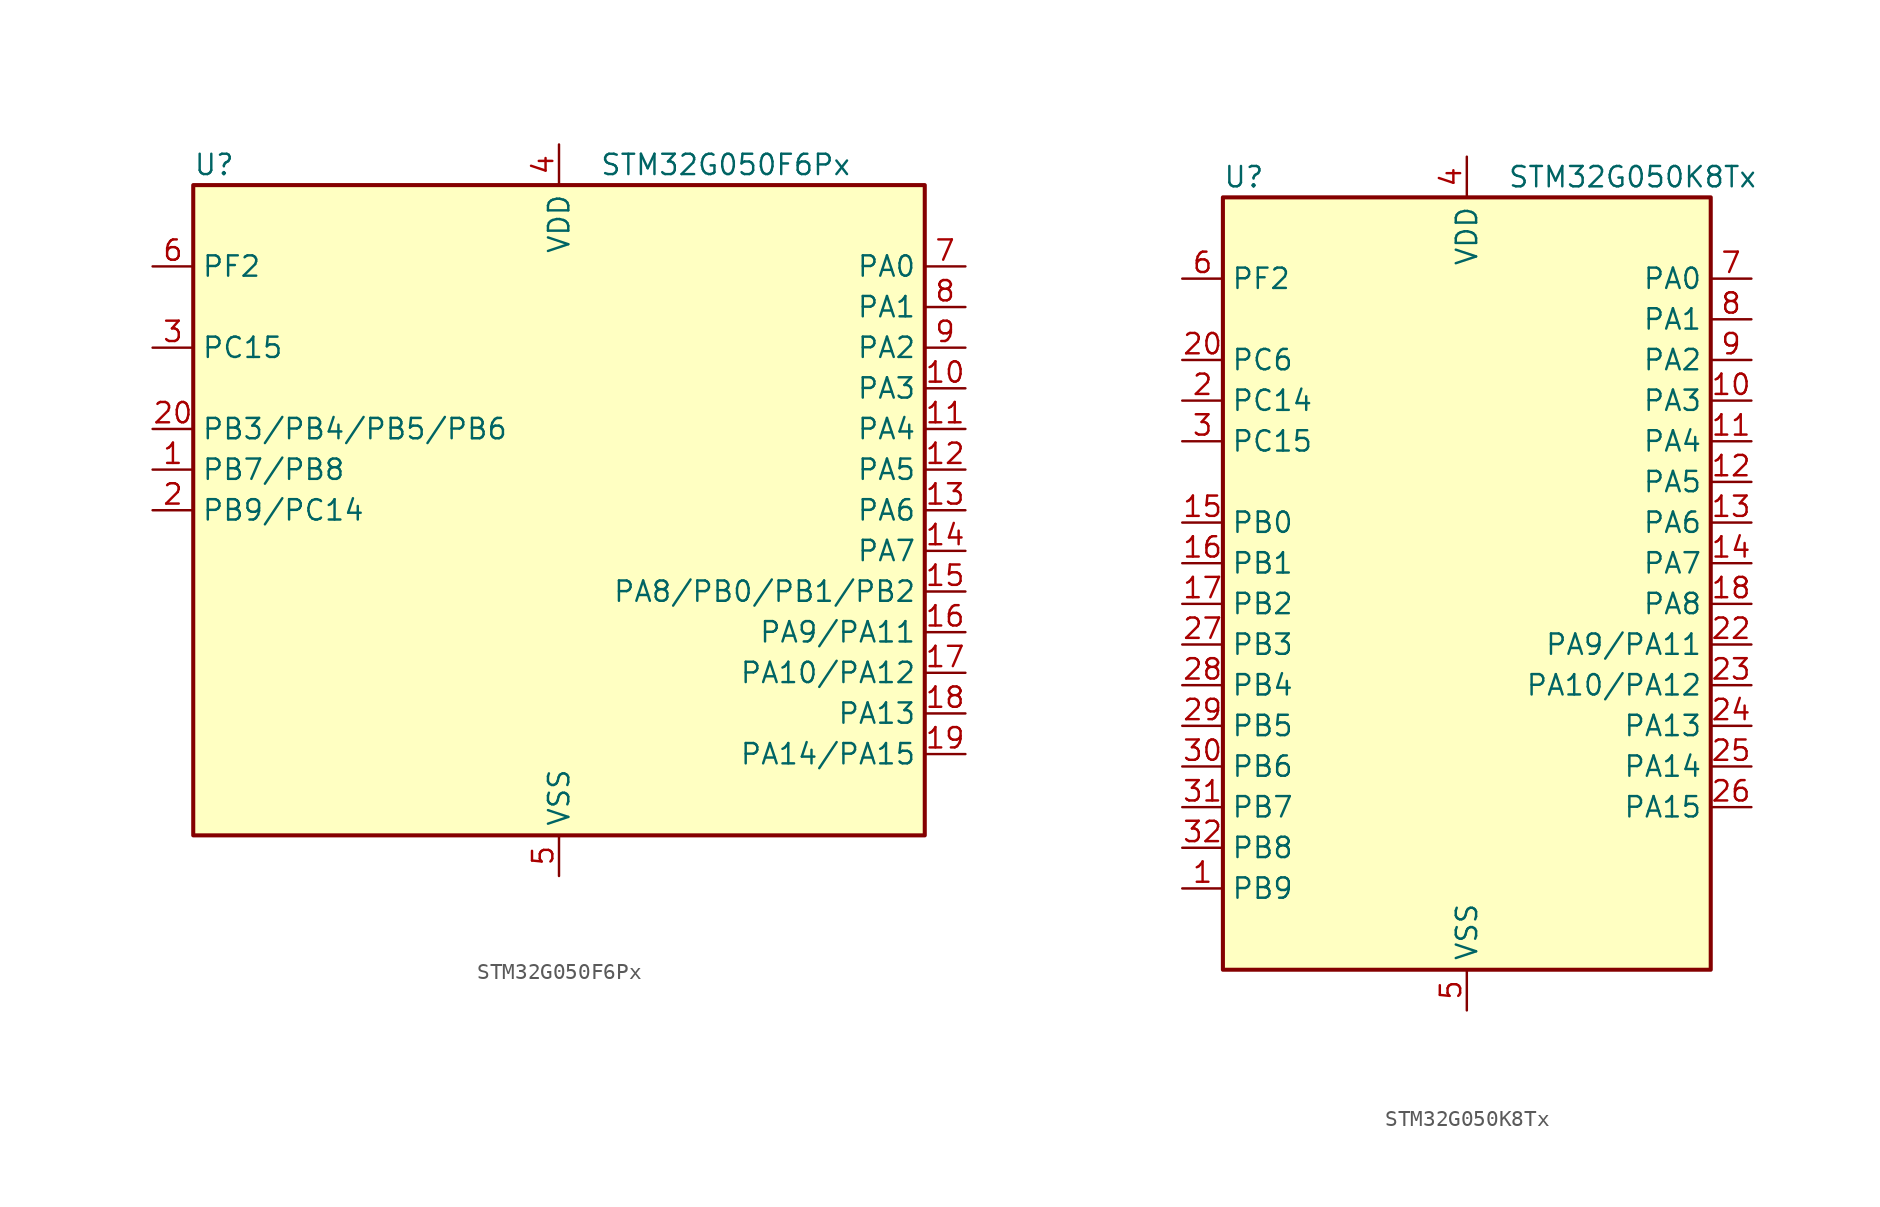
<source format=kicad_sym>
(kicad_symbol_lib
  (version 20231120)
  (generator "kicad-library-utils")
  (generator_version "8.0")
  (symbol "STM32G050F6Px"
    (property "Reference" "U"
      (at -22.86 21.59 0)
      (effects (font (size 1.27 1.27)) (justify left)))
    (property "Value" "STM32G050F6Px"
      (at 2.54 21.59 0)
      (effects (font (size 1.27 1.27)) (justify left)))
    (symbol "STM32G050F6Px_0_1"
      (rectangle (start -22.86 -20.32) (end 22.86 20.32) (stroke (width 0.254) (type default)) (fill (type background))))
    (symbol "STM32G050F6Px_1_1"
      (pin bidirectional line (at -25.4 2.54 0) (length 2.54) (name "PB7/PB8" (effects (font (size 1.27 1.27)))) (number "1" (effects (font (size 1.27 1.27)))) (alternate "PB7" bidirectional line) (alternate "ADC1_IN11 (PB7)" bidirectional line) (alternate "I2C1_SDA (PB7)" bidirectional line) (alternate "SPI2_MOSI (PB7)" bidirectional line) (alternate "SYS_PVD_IN (PB7)" bidirectional line) (alternate "TIM17_CH1N (PB7)" bidirectional line) (alternate "USART1_RX (PB7)" bidirectional line) (alternate "PB8" bidirectional line) (alternate "I2C1_SCL (PB8)" bidirectional line) (alternate "SPI2_SCK (PB8)" bidirectional line) (alternate "TIM15_BK (PB8)" bidirectional line) (alternate "TIM16_CH1 (PB8)" bidirectional line))
      (pin bidirectional line (at 25.4 7.62 180) (length 2.54) (name "PA3" (effects (font (size 1.27 1.27)))) (number "10" (effects (font (size 1.27 1.27)))) (alternate "ADC1_IN3" bidirectional line) (alternate "SPI2_MISO" bidirectional line) (alternate "TIM15_CH2" bidirectional line) (alternate "USART2_RX" bidirectional line))
      (pin bidirectional line (at 25.4 5.08 180) (length 2.54) (name "PA4" (effects (font (size 1.27 1.27)))) (number "11" (effects (font (size 1.27 1.27)))) (alternate "ADC1_IN4" bidirectional line) (alternate "I2S1_WS" bidirectional line) (alternate "RTC_OUT1" bidirectional line) (alternate "RTC_TAMP_IN1" bidirectional line) (alternate "RTC_TS" bidirectional line) (alternate "SPI1_NSS" bidirectional line) (alternate "SPI2_MOSI" bidirectional line) (alternate "SYS_WKUP2" bidirectional line) (alternate "TIM14_CH1" bidirectional line))
      (pin bidirectional line (at 25.4 2.54 180) (length 2.54) (name "PA5" (effects (font (size 1.27 1.27)))) (number "12" (effects (font (size 1.27 1.27)))) (alternate "ADC1_IN5" bidirectional line) (alternate "I2S1_CK" bidirectional line) (alternate "SPI1_SCK" bidirectional line))
      (pin bidirectional line (at 25.4 0 180) (length 2.54) (name "PA6" (effects (font (size 1.27 1.27)))) (number "13" (effects (font (size 1.27 1.27)))) (alternate "ADC1_IN6" bidirectional line) (alternate "I2S1_MCK" bidirectional line) (alternate "SPI1_MISO" bidirectional line) (alternate "TIM16_CH1" bidirectional line) (alternate "TIM1_BK" bidirectional line) (alternate "TIM3_CH1" bidirectional line))
      (pin bidirectional line (at 25.4 -2.54 180) (length 2.54) (name "PA7" (effects (font (size 1.27 1.27)))) (number "14" (effects (font (size 1.27 1.27)))) (alternate "ADC1_IN7" bidirectional line) (alternate "I2S1_SD" bidirectional line) (alternate "SPI1_MOSI" bidirectional line) (alternate "TIM14_CH1" bidirectional line) (alternate "TIM17_CH1" bidirectional line) (alternate "TIM1_CH1N" bidirectional line) (alternate "TIM3_CH2" bidirectional line))
      (pin bidirectional line (at 25.4 -5.08 180) (length 2.54) (name "PA8/PB0/PB1/PB2" (effects (font (size 1.27 1.27)))) (number "15" (effects (font (size 1.27 1.27)))) (alternate "PA8" bidirectional line) (alternate "RCC_MCO (PA8)" bidirectional line) (alternate "SPI2_NSS (PA8)" bidirectional line) (alternate "TIM1_CH1 (PA8)" bidirectional line) (alternate "PB0" bidirectional line) (alternate "ADC1_IN8 (PB0)" bidirectional line) (alternate "I2S1_WS (PB0)" bidirectional line) (alternate "SPI1_NSS (PB0)" bidirectional line) (alternate "TIM1_CH2N (PB0)" bidirectional line) (alternate "TIM3_CH3 (PB0)" bidirectional line) (alternate "PB1" bidirectional line) (alternate "ADC1_IN9 (PB1)" bidirectional line) (alternate "TIM14_CH1 (PB1)" bidirectional line) (alternate "TIM1_CH3N (PB1)" bidirectional line) (alternate "TIM3_CH4 (PB1)" bidirectional line) (alternate "PB2" bidirectional line) (alternate "ADC1_IN10 (PB2)" bidirectional line) (alternate "SPI2_MISO (PB2)" bidirectional line))
      (pin bidirectional line (at 25.4 -7.62 180) (length 2.54) (name "PA9/PA11" (effects (font (size 1.27 1.27)))) (number "16" (effects (font (size 1.27 1.27)))) (alternate "PA9" bidirectional line) (alternate "I2C1_SCL (PA9)" bidirectional line) (alternate "RCC_MCO (PA9)" bidirectional line) (alternate "SPI2_MISO (PA9)" bidirectional line) (alternate "TIM15_BK (PA9)" bidirectional line) (alternate "TIM1_CH2 (PA9)" bidirectional line) (alternate "USART1_TX (PA9)" bidirectional line) (alternate "PA11" bidirectional line) (alternate "ADC1_EXTI11 (PA11)" bidirectional line) (alternate "ADC1_IN15 (PA11)" bidirectional line) (alternate "I2C2_SCL (PA11)" bidirectional line) (alternate "I2S1_MCK (PA11)" bidirectional line) (alternate "SPI1_MISO (PA11)" bidirectional line) (alternate "TIM1_BK2 (PA11)" bidirectional line) (alternate "TIM1_CH4 (PA11)" bidirectional line) (alternate "USART1_CTS (PA11)" bidirectional line) (alternate "USART1_NSS (PA11)" bidirectional line))
      (pin bidirectional line (at 25.4 -10.16 180) (length 2.54) (name "PA10/PA12" (effects (font (size 1.27 1.27)))) (number "17" (effects (font (size 1.27 1.27)))) (alternate "PA10" bidirectional line) (alternate "I2C1_SDA (PA10)" bidirectional line) (alternate "SPI2_MOSI (PA10)" bidirectional line) (alternate "TIM17_BK (PA10)" bidirectional line) (alternate "TIM1_CH3 (PA10)" bidirectional line) (alternate "USART1_RX (PA10)" bidirectional line) (alternate "PA12" bidirectional line) (alternate "ADC1_IN16 (PA12)" bidirectional line) (alternate "I2C2_SDA (PA12)" bidirectional line) (alternate "I2S1_SD (PA12)" bidirectional line) (alternate "I2S_CKIN (PA12)" bidirectional line) (alternate "SPI1_MOSI (PA12)" bidirectional line) (alternate "TIM1_ETR (PA12)" bidirectional line) (alternate "USART1_CK (PA12)" bidirectional line) (alternate "USART1_DE (PA12)" bidirectional line) (alternate "USART1_RTS (PA12)" bidirectional line))
      (pin bidirectional line (at 25.4 -12.7 180) (length 2.54) (name "PA13" (effects (font (size 1.27 1.27)))) (number "18" (effects (font (size 1.27 1.27)))) (alternate "ADC1_IN17" bidirectional line) (alternate "IR_OUT" bidirectional line) (alternate "SYS_SWDIO" bidirectional line))
      (pin bidirectional line (at 25.4 -15.24 180) (length 2.54) (name "PA14/PA15" (effects (font (size 1.27 1.27)))) (number "19" (effects (font (size 1.27 1.27)))) (alternate "PA14" bidirectional line) (alternate "ADC1_IN18 (PA14)" bidirectional line) (alternate "SYS_SWCLK (PA14)" bidirectional line) (alternate "USART2_TX (PA14)" bidirectional line) (alternate "PA15" bidirectional line) (alternate "I2S1_WS (PA15)" bidirectional line) (alternate "SPI1_NSS (PA15)" bidirectional line) (alternate "USART2_RX (PA15)" bidirectional line))
      (pin bidirectional line (at -25.4 0 0) (length 2.54) (name "PB9/PC14" (effects (font (size 1.27 1.27)))) (number "2" (effects (font (size 1.27 1.27)))) (alternate "PB9" bidirectional line) (alternate "I2C1_SDA (PB9)" bidirectional line) (alternate "IR_OUT (PB9)" bidirectional line) (alternate "SPI2_NSS (PB9)" bidirectional line) (alternate "TIM17_CH1 (PB9)" bidirectional line) (alternate "PC14" bidirectional line) (alternate "RCC_OSC32_IN (PC14)" bidirectional line) (alternate "RCC_OSC_IN (PC14)" bidirectional line) (alternate "TIM1_BK2 (PC14)" bidirectional line))
      (pin bidirectional line (at -25.4 5.08 0) (length 2.54) (name "PB3/PB4/PB5/PB6" (effects (font (size 1.27 1.27)))) (number "20" (effects (font (size 1.27 1.27)))) (alternate "PB3" bidirectional line) (alternate "I2S1_CK (PB3)" bidirectional line) (alternate "SPI1_SCK (PB3)" bidirectional line) (alternate "TIM1_CH2 (PB3)" bidirectional line) (alternate "USART1_CK (PB3)" bidirectional line) (alternate "USART1_DE (PB3)" bidirectional line) (alternate "USART1_RTS (PB3)" bidirectional line) (alternate "PB4" bidirectional line) (alternate "I2S1_MCK (PB4)" bidirectional line) (alternate "SPI1_MISO (PB4)" bidirectional line) (alternate "TIM17_BK (PB4)" bidirectional line) (alternate "TIM3_CH1 (PB4)" bidirectional line) (alternate "USART1_CTS (PB4)" bidirectional line) (alternate "USART1_NSS (PB4)" bidirectional line) (alternate "PB5" bidirectional line) (alternate "I2C1_SMBA (PB5)" bidirectional line) (alternate "I2S1_SD (PB5)" bidirectional line) (alternate "SPI1_MOSI (PB5)" bidirectional line) (alternate "SYS_WKUP6 (PB5)" bidirectional line) (alternate "TIM16_BK (PB5)" bidirectional line) (alternate "TIM3_CH2 (PB5)" bidirectional line) (alternate "PB6" bidirectional line) (alternate "I2C1_SCL (PB6)" bidirectional line) (alternate "SPI2_MISO (PB6)" bidirectional line) (alternate "TIM16_CH1N (PB6)" bidirectional line) (alternate "TIM1_CH3 (PB6)" bidirectional line) (alternate "USART1_TX (PB6)" bidirectional line))
      (pin bidirectional line (at -25.4 10.16 0) (length 2.54) (name "PC15" (effects (font (size 1.27 1.27)))) (number "3" (effects (font (size 1.27 1.27)))) (alternate "RCC_OSC32_EN" bidirectional line) (alternate "RCC_OSC32_OUT" bidirectional line) (alternate "RCC_OSC_EN" bidirectional line) (alternate "TIM15_BK" bidirectional line))
      (pin power_in line (at 0 22.86 270) (length 2.54) (name "VDD" (effects (font (size 1.27 1.27)))) (number "4" (effects (font (size 1.27 1.27)))))
      (pin power_in line (at 0 -22.86 90) (length 2.54) (name "VSS" (effects (font (size 1.27 1.27)))) (number "5" (effects (font (size 1.27 1.27)))))
      (pin bidirectional line (at -25.4 15.24 0) (length 2.54) (name "PF2" (effects (font (size 1.27 1.27)))) (number "6" (effects (font (size 1.27 1.27)))) (alternate "RCC_MCO" bidirectional line))
      (pin bidirectional line (at 25.4 15.24 180) (length 2.54) (name "PA0" (effects (font (size 1.27 1.27)))) (number "7" (effects (font (size 1.27 1.27)))) (alternate "ADC1_IN0" bidirectional line) (alternate "RTC_TAMP_IN2" bidirectional line) (alternate "SPI2_SCK" bidirectional line) (alternate "SYS_WKUP1" bidirectional line) (alternate "USART2_CTS" bidirectional line) (alternate "USART2_NSS" bidirectional line))
      (pin bidirectional line (at 25.4 12.7 180) (length 2.54) (name "PA1" (effects (font (size 1.27 1.27)))) (number "8" (effects (font (size 1.27 1.27)))) (alternate "ADC1_IN1" bidirectional line) (alternate "I2C1_SMBA" bidirectional line) (alternate "I2S1_CK" bidirectional line) (alternate "SPI1_SCK" bidirectional line) (alternate "TIM15_CH1N" bidirectional line) (alternate "USART2_CK" bidirectional line) (alternate "USART2_DE" bidirectional line) (alternate "USART2_RTS" bidirectional line))
      (pin bidirectional line (at 25.4 10.16 180) (length 2.54) (name "PA2" (effects (font (size 1.27 1.27)))) (number "9" (effects (font (size 1.27 1.27)))) (alternate "ADC1_IN2" bidirectional line) (alternate "I2S1_SD" bidirectional line) (alternate "RCC_LSCO" bidirectional line) (alternate "SPI1_MOSI" bidirectional line) (alternate "SYS_WKUP4" bidirectional line) (alternate "TIM15_CH1" bidirectional line) (alternate "USART2_TX" bidirectional line))))
  (symbol "STM32G050K8Tx"
    (property "Reference" "U"
      (at -15.24 26.67 0)
      (effects (font (size 1.27 1.27)) (justify left)))
    (property "Value" "STM32G050K8Tx"
      (at 2.54 26.67 0)
      (effects (font (size 1.27 1.27)) (justify left)))
    (symbol "STM32G050K8Tx_0_1"
      (rectangle (start -15.24 -22.86) (end 15.24 25.4) (stroke (width 0.254) (type default)) (fill (type background))))
    (symbol "STM32G050K8Tx_1_1"
      (pin bidirectional line (at -17.78 -17.78 0) (length 2.54) (name "PB9" (effects (font (size 1.27 1.27)))) (number "1" (effects (font (size 1.27 1.27)))) (alternate "I2C1_SDA" bidirectional line) (alternate "IR_OUT" bidirectional line) (alternate "SPI2_NSS" bidirectional line) (alternate "TIM17_CH1" bidirectional line))
      (pin bidirectional line (at 17.78 12.7 180) (length 2.54) (name "PA3" (effects (font (size 1.27 1.27)))) (number "10" (effects (font (size 1.27 1.27)))) (alternate "ADC1_IN3" bidirectional line) (alternate "SPI2_MISO" bidirectional line) (alternate "TIM15_CH2" bidirectional line) (alternate "USART2_RX" bidirectional line))
      (pin bidirectional line (at 17.78 10.16 180) (length 2.54) (name "PA4" (effects (font (size 1.27 1.27)))) (number "11" (effects (font (size 1.27 1.27)))) (alternate "ADC1_IN4" bidirectional line) (alternate "I2S1_WS" bidirectional line) (alternate "RTC_OUT1" bidirectional line) (alternate "RTC_TAMP_IN1" bidirectional line) (alternate "RTC_TS" bidirectional line) (alternate "SPI1_NSS" bidirectional line) (alternate "SPI2_MOSI" bidirectional line) (alternate "SYS_WKUP2" bidirectional line) (alternate "TIM14_CH1" bidirectional line))
      (pin bidirectional line (at 17.78 7.62 180) (length 2.54) (name "PA5" (effects (font (size 1.27 1.27)))) (number "12" (effects (font (size 1.27 1.27)))) (alternate "ADC1_IN5" bidirectional line) (alternate "I2S1_CK" bidirectional line) (alternate "SPI1_SCK" bidirectional line))
      (pin bidirectional line (at 17.78 5.08 180) (length 2.54) (name "PA6" (effects (font (size 1.27 1.27)))) (number "13" (effects (font (size 1.27 1.27)))) (alternate "ADC1_IN6" bidirectional line) (alternate "I2S1_MCK" bidirectional line) (alternate "SPI1_MISO" bidirectional line) (alternate "TIM16_CH1" bidirectional line) (alternate "TIM1_BK" bidirectional line) (alternate "TIM3_CH1" bidirectional line))
      (pin bidirectional line (at 17.78 2.54 180) (length 2.54) (name "PA7" (effects (font (size 1.27 1.27)))) (number "14" (effects (font (size 1.27 1.27)))) (alternate "ADC1_IN7" bidirectional line) (alternate "I2S1_SD" bidirectional line) (alternate "SPI1_MOSI" bidirectional line) (alternate "TIM14_CH1" bidirectional line) (alternate "TIM17_CH1" bidirectional line) (alternate "TIM1_CH1N" bidirectional line) (alternate "TIM3_CH2" bidirectional line))
      (pin bidirectional line (at -17.78 5.08 0) (length 2.54) (name "PB0" (effects (font (size 1.27 1.27)))) (number "15" (effects (font (size 1.27 1.27)))) (alternate "ADC1_IN8" bidirectional line) (alternate "I2S1_WS" bidirectional line) (alternate "SPI1_NSS" bidirectional line) (alternate "TIM1_CH2N" bidirectional line) (alternate "TIM3_CH3" bidirectional line))
      (pin bidirectional line (at -17.78 2.54 0) (length 2.54) (name "PB1" (effects (font (size 1.27 1.27)))) (number "16" (effects (font (size 1.27 1.27)))) (alternate "ADC1_IN9" bidirectional line) (alternate "TIM14_CH1" bidirectional line) (alternate "TIM1_CH3N" bidirectional line) (alternate "TIM3_CH4" bidirectional line))
      (pin bidirectional line (at -17.78 0 0) (length 2.54) (name "PB2" (effects (font (size 1.27 1.27)))) (number "17" (effects (font (size 1.27 1.27)))) (alternate "ADC1_IN10" bidirectional line) (alternate "SPI2_MISO" bidirectional line))
      (pin bidirectional line (at 17.78 0 180) (length 2.54) (name "PA8" (effects (font (size 1.27 1.27)))) (number "18" (effects (font (size 1.27 1.27)))) (alternate "RCC_MCO" bidirectional line) (alternate "SPI2_NSS" bidirectional line) (alternate "TIM1_CH1" bidirectional line))
      (pin no_connect line (at -15.24 -22.86 0) (length 2.54) hide (name "NC/PA9" (effects (font (size 1.27 1.27)))) (number "19" (effects (font (size 1.27 1.27)))) (alternate "NC" bidirectional line) (alternate "PA9" bidirectional line) (alternate "I2C1_SCL (PA9)" bidirectional line) (alternate "RCC_MCO (PA9)" bidirectional line) (alternate "SPI2_MISO (PA9)" bidirectional line) (alternate "TIM15_BK (PA9)" bidirectional line) (alternate "TIM1_CH2 (PA9)" bidirectional line) (alternate "USART1_TX (PA9)" bidirectional line))
      (pin bidirectional line (at -17.78 12.7 0) (length 2.54) (name "PC14" (effects (font (size 1.27 1.27)))) (number "2" (effects (font (size 1.27 1.27)))) (alternate "RCC_OSC32_IN" bidirectional line) (alternate "RCC_OSC_IN" bidirectional line) (alternate "TIM1_BK2" bidirectional line))
      (pin bidirectional line (at -17.78 15.24 0) (length 2.54) (name "PC6" (effects (font (size 1.27 1.27)))) (number "20" (effects (font (size 1.27 1.27)))) (alternate "TIM3_CH1" bidirectional line))
      (pin no_connect line (at -15.24 -20.32 0) (length 2.54) hide (name "NC/PA10" (effects (font (size 1.27 1.27)))) (number "21" (effects (font (size 1.27 1.27)))) (alternate "NC" bidirectional line) (alternate "PA10" bidirectional line) (alternate "I2C1_SDA (PA10)" bidirectional line) (alternate "SPI2_MOSI (PA10)" bidirectional line) (alternate "TIM17_BK (PA10)" bidirectional line) (alternate "TIM1_CH3 (PA10)" bidirectional line) (alternate "USART1_RX (PA10)" bidirectional line))
      (pin bidirectional line (at 17.78 -2.54 180) (length 2.54) (name "PA9/PA11" (effects (font (size 1.27 1.27)))) (number "22" (effects (font (size 1.27 1.27)))) (alternate "PA9" bidirectional line) (alternate "I2C1_SCL (PA9)" bidirectional line) (alternate "RCC_MCO (PA9)" bidirectional line) (alternate "SPI2_MISO (PA9)" bidirectional line) (alternate "TIM15_BK (PA9)" bidirectional line) (alternate "TIM1_CH2 (PA9)" bidirectional line) (alternate "USART1_TX (PA9)" bidirectional line) (alternate "PA11" bidirectional line) (alternate "ADC1_EXTI11 (PA11)" bidirectional line) (alternate "ADC1_IN15 (PA11)" bidirectional line) (alternate "I2C2_SCL (PA11)" bidirectional line) (alternate "I2S1_MCK (PA11)" bidirectional line) (alternate "SPI1_MISO (PA11)" bidirectional line) (alternate "TIM1_BK2 (PA11)" bidirectional line) (alternate "TIM1_CH4 (PA11)" bidirectional line) (alternate "USART1_CTS (PA11)" bidirectional line) (alternate "USART1_NSS (PA11)" bidirectional line))
      (pin bidirectional line (at 17.78 -5.08 180) (length 2.54) (name "PA10/PA12" (effects (font (size 1.27 1.27)))) (number "23" (effects (font (size 1.27 1.27)))) (alternate "PA10" bidirectional line) (alternate "I2C1_SDA (PA10)" bidirectional line) (alternate "SPI2_MOSI (PA10)" bidirectional line) (alternate "TIM17_BK (PA10)" bidirectional line) (alternate "TIM1_CH3 (PA10)" bidirectional line) (alternate "USART1_RX (PA10)" bidirectional line) (alternate "PA12" bidirectional line) (alternate "ADC1_IN16 (PA12)" bidirectional line) (alternate "I2C2_SDA (PA12)" bidirectional line) (alternate "I2S1_SD (PA12)" bidirectional line) (alternate "I2S_CKIN (PA12)" bidirectional line) (alternate "SPI1_MOSI (PA12)" bidirectional line) (alternate "TIM1_ETR (PA12)" bidirectional line) (alternate "USART1_CK (PA12)" bidirectional line) (alternate "USART1_DE (PA12)" bidirectional line) (alternate "USART1_RTS (PA12)" bidirectional line))
      (pin bidirectional line (at 17.78 -7.62 180) (length 2.54) (name "PA13" (effects (font (size 1.27 1.27)))) (number "24" (effects (font (size 1.27 1.27)))) (alternate "ADC1_IN17" bidirectional line) (alternate "IR_OUT" bidirectional line) (alternate "SYS_SWDIO" bidirectional line))
      (pin bidirectional line (at 17.78 -10.16 180) (length 2.54) (name "PA14" (effects (font (size 1.27 1.27)))) (number "25" (effects (font (size 1.27 1.27)))) (alternate "ADC1_IN18" bidirectional line) (alternate "SYS_SWCLK" bidirectional line) (alternate "USART2_TX" bidirectional line))
      (pin bidirectional line (at 17.78 -12.7 180) (length 2.54) (name "PA15" (effects (font (size 1.27 1.27)))) (number "26" (effects (font (size 1.27 1.27)))) (alternate "I2S1_WS" bidirectional line) (alternate "SPI1_NSS" bidirectional line) (alternate "USART2_RX" bidirectional line))
      (pin bidirectional line (at -17.78 -2.54 0) (length 2.54) (name "PB3" (effects (font (size 1.27 1.27)))) (number "27" (effects (font (size 1.27 1.27)))) (alternate "I2S1_CK" bidirectional line) (alternate "SPI1_SCK" bidirectional line) (alternate "TIM1_CH2" bidirectional line) (alternate "USART1_CK" bidirectional line) (alternate "USART1_DE" bidirectional line) (alternate "USART1_RTS" bidirectional line))
      (pin bidirectional line (at -17.78 -5.08 0) (length 2.54) (name "PB4" (effects (font (size 1.27 1.27)))) (number "28" (effects (font (size 1.27 1.27)))) (alternate "I2S1_MCK" bidirectional line) (alternate "SPI1_MISO" bidirectional line) (alternate "TIM17_BK" bidirectional line) (alternate "TIM3_CH1" bidirectional line) (alternate "USART1_CTS" bidirectional line) (alternate "USART1_NSS" bidirectional line))
      (pin bidirectional line (at -17.78 -7.62 0) (length 2.54) (name "PB5" (effects (font (size 1.27 1.27)))) (number "29" (effects (font (size 1.27 1.27)))) (alternate "I2C1_SMBA" bidirectional line) (alternate "I2S1_SD" bidirectional line) (alternate "SPI1_MOSI" bidirectional line) (alternate "SYS_WKUP6" bidirectional line) (alternate "TIM16_BK" bidirectional line) (alternate "TIM3_CH2" bidirectional line))
      (pin bidirectional line (at -17.78 10.16 0) (length 2.54) (name "PC15" (effects (font (size 1.27 1.27)))) (number "3" (effects (font (size 1.27 1.27)))) (alternate "RCC_OSC32_EN" bidirectional line) (alternate "RCC_OSC32_OUT" bidirectional line) (alternate "RCC_OSC_EN" bidirectional line) (alternate "TIM15_BK" bidirectional line))
      (pin bidirectional line (at -17.78 -10.16 0) (length 2.54) (name "PB6" (effects (font (size 1.27 1.27)))) (number "30" (effects (font (size 1.27 1.27)))) (alternate "I2C1_SCL" bidirectional line) (alternate "SPI2_MISO" bidirectional line) (alternate "TIM16_CH1N" bidirectional line) (alternate "TIM1_CH3" bidirectional line) (alternate "USART1_TX" bidirectional line))
      (pin bidirectional line (at -17.78 -12.7 0) (length 2.54) (name "PB7" (effects (font (size 1.27 1.27)))) (number "31" (effects (font (size 1.27 1.27)))) (alternate "ADC1_IN11" bidirectional line) (alternate "I2C1_SDA" bidirectional line) (alternate "SPI2_MOSI" bidirectional line) (alternate "SYS_PVD_IN" bidirectional line) (alternate "TIM17_CH1N" bidirectional line) (alternate "USART1_RX" bidirectional line))
      (pin bidirectional line (at -17.78 -15.24 0) (length 2.54) (name "PB8" (effects (font (size 1.27 1.27)))) (number "32" (effects (font (size 1.27 1.27)))) (alternate "I2C1_SCL" bidirectional line) (alternate "SPI2_SCK" bidirectional line) (alternate "TIM15_BK" bidirectional line) (alternate "TIM16_CH1" bidirectional line))
      (pin power_in line (at 0 27.94 270) (length 2.54) (name "VDD" (effects (font (size 1.27 1.27)))) (number "4" (effects (font (size 1.27 1.27)))))
      (pin power_in line (at 0 -25.4 90) (length 2.54) (name "VSS" (effects (font (size 1.27 1.27)))) (number "5" (effects (font (size 1.27 1.27)))))
      (pin bidirectional line (at -17.78 20.32 0) (length 2.54) (name "PF2" (effects (font (size 1.27 1.27)))) (number "6" (effects (font (size 1.27 1.27)))) (alternate "RCC_MCO" bidirectional line))
      (pin bidirectional line (at 17.78 20.32 180) (length 2.54) (name "PA0" (effects (font (size 1.27 1.27)))) (number "7" (effects (font (size 1.27 1.27)))) (alternate "ADC1_IN0" bidirectional line) (alternate "RTC_TAMP_IN2" bidirectional line) (alternate "SPI2_SCK" bidirectional line) (alternate "SYS_WKUP1" bidirectional line) (alternate "USART2_CTS" bidirectional line) (alternate "USART2_NSS" bidirectional line))
      (pin bidirectional line (at 17.78 17.78 180) (length 2.54) (name "PA1" (effects (font (size 1.27 1.27)))) (number "8" (effects (font (size 1.27 1.27)))) (alternate "ADC1_IN1" bidirectional line) (alternate "I2C1_SMBA" bidirectional line) (alternate "I2S1_CK" bidirectional line) (alternate "SPI1_SCK" bidirectional line) (alternate "TIM15_CH1N" bidirectional line) (alternate "USART2_CK" bidirectional line) (alternate "USART2_DE" bidirectional line) (alternate "USART2_RTS" bidirectional line))
      (pin bidirectional line (at 17.78 15.24 180) (length 2.54) (name "PA2" (effects (font (size 1.27 1.27)))) (number "9" (effects (font (size 1.27 1.27)))) (alternate "ADC1_IN2" bidirectional line) (alternate "I2S1_SD" bidirectional line) (alternate "RCC_LSCO" bidirectional line) (alternate "SPI1_MOSI" bidirectional line) (alternate "SYS_WKUP4" bidirectional line) (alternate "TIM15_CH1" bidirectional line) (alternate "USART2_TX" bidirectional line)))))
</source>
